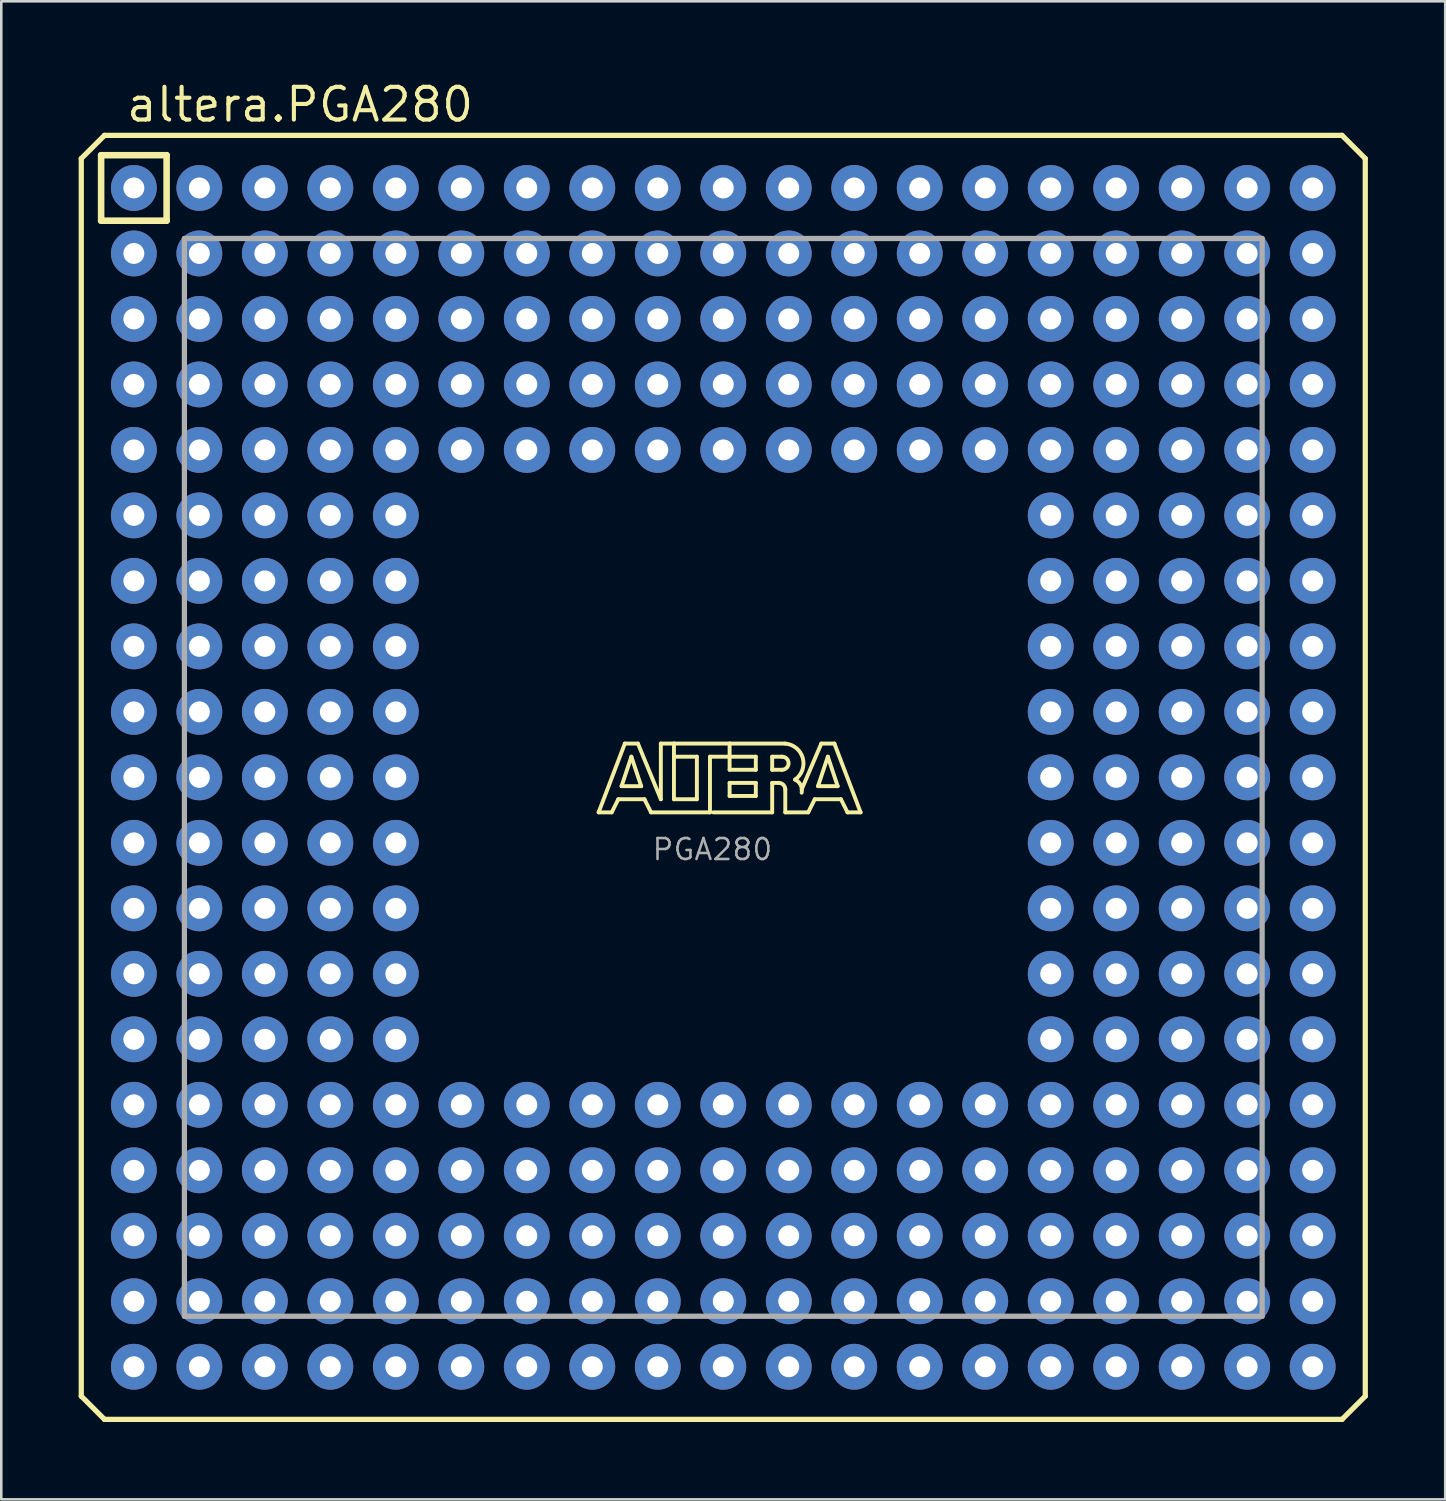
<source format=kicad_pcb>
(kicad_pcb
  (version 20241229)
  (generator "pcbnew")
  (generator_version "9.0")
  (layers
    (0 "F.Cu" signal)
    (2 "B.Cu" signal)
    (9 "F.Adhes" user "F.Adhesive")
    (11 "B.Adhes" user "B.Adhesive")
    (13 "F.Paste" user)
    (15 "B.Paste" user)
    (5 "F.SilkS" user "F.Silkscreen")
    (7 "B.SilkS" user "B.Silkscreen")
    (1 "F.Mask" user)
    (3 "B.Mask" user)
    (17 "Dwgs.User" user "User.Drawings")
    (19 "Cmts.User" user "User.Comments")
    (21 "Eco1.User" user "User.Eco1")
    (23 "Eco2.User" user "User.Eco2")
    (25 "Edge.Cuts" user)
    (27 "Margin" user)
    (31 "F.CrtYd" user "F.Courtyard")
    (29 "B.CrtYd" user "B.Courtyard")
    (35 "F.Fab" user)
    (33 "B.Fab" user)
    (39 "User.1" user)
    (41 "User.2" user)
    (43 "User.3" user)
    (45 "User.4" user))
  (footprint "altera.PGA280"
    (layer "F.Cu")
    (at 25.002 27.1)
    (property "Reference" "altera.PGA280" (at -23.23 -25.35 0) (layer "F.SilkS") (effects (font (size 1.27 1.27) (thickness 0.16)) (justify left bottom)))
    (attr through_hole)
    (fp_line (start -24.9 -24) (end -24 -24.9) (stroke (width 0.203) (type default)) (layer "F.SilkS"))
    (fp_line (start -24.9 24) (end -24.9 -24) (stroke (width 0.203) (type default)) (layer "F.SilkS"))
    (fp_line (start -24.13 -24.13) (end -24.13 -21.59) (stroke (width 0.254) (type default)) (layer "F.SilkS"))
    (fp_line (start -24.13 -21.59) (end -21.59 -21.59) (stroke (width 0.254) (type default)) (layer "F.SilkS"))
    (fp_line (start -24 -24.9) (end 24 -24.9) (stroke (width 0.203) (type default)) (layer "F.SilkS"))
    (fp_line (start -24 24.9) (end -24.9 24) (stroke (width 0.203) (type default)) (layer "F.SilkS"))
    (fp_line (start -21.59 -24.13) (end -24.13 -24.13) (stroke (width 0.254) (type default)) (layer "F.SilkS"))
    (fp_line (start -21.59 -21.59) (end -21.59 -24.13) (stroke (width 0.254) (type default)) (layer "F.SilkS"))
    (fp_line (start -4.834 1.357) (end -3.818 -1.31) (stroke (width 0.152) (type default)) (layer "F.SilkS"))
    (fp_line (start -4.326 1.357) (end -4.834 1.357) (stroke (width 0.152) (type default)) (layer "F.SilkS"))
    (fp_line (start -4.072 0.849) (end -4.326 1.357) (stroke (width 0.152) (type default)) (layer "F.SilkS"))
    (fp_line (start -3.945 0.341) (end -3.183 0.341) (stroke (width 0.152) (type default)) (layer "F.SilkS"))
    (fp_line (start -3.818 -1.31) (end -3.31 -1.31) (stroke (width 0.152) (type default)) (layer "F.SilkS"))
    (fp_line (start -3.564 -0.802) (end -3.945 0.341) (stroke (width 0.152) (type default)) (layer "F.SilkS"))
    (fp_line (start -3.31 -1.31) (end -2.421 0.849) (stroke (width 0.152) (type default)) (layer "F.SilkS"))
    (fp_line (start -3.183 0.341) (end -3.564 -0.802) (stroke (width 0.152) (type default)) (layer "F.SilkS"))
    (fp_line (start -3.056 0.849) (end -4.072 0.849) (stroke (width 0.152) (type default)) (layer "F.SilkS"))
    (fp_line (start -2.802 1.357) (end -3.056 0.849) (stroke (width 0.152) (type default)) (layer "F.SilkS"))
    (fp_line (start -2.421 -1.31) (end -1.913 -1.31) (stroke (width 0.152) (type default)) (layer "F.SilkS"))
    (fp_line (start -2.421 0.849) (end -2.421 -1.31) (stroke (width 0.152) (type default)) (layer "F.SilkS"))
    (fp_line (start -1.913 -1.31) (end -1.913 -0.802) (stroke (width 0.152) (type default)) (layer "F.SilkS"))
    (fp_line (start -1.913 -1.31) (end 0.246 -1.31) (stroke (width 0.152) (type default)) (layer "F.SilkS"))
    (fp_line (start -1.913 -0.802) (end -1.913 0.849) (stroke (width 0.152) (type default)) (layer "F.SilkS"))
    (fp_line (start -1.913 0.849) (end -1.024 0.849) (stroke (width 0.152) (type default)) (layer "F.SilkS"))
    (fp_line (start -1.024 -0.802) (end -1.913 -0.802) (stroke (width 0.152) (type default)) (layer "F.SilkS"))
    (fp_line (start -1.024 0.849) (end -1.024 -0.802) (stroke (width 0.152) (type default)) (layer "F.SilkS"))
    (fp_line (start -0.516 -0.802) (end -0.516 1.357) (stroke (width 0.152) (type default)) (layer "F.SilkS"))
    (fp_line (start -0.516 1.357) (end -2.802 1.357) (stroke (width 0.152) (type default)) (layer "F.SilkS"))
    (fp_line (start 0.246 -1.31) (end 0.246 -0.802) (stroke (width 0.152) (type default)) (layer "F.SilkS"))
    (fp_line (start 0.246 -1.31) (end 2.405 -1.31) (stroke (width 0.152) (type default)) (layer "F.SilkS"))
    (fp_line (start 0.246 -0.802) (end -0.516 -0.802) (stroke (width 0.152) (type default)) (layer "F.SilkS"))
    (fp_line (start 0.246 -0.802) (end 0.246 -0.294) (stroke (width 0.152) (type default)) (layer "F.SilkS"))
    (fp_line (start 0.246 -0.294) (end 1.262 -0.294) (stroke (width 0.152) (type default)) (layer "F.SilkS"))
    (fp_line (start 0.246 0.214) (end 1.262 0.214) (stroke (width 0.152) (type default)) (layer "F.SilkS"))
    (fp_line (start 0.246 0.722) (end 0.246 0.214) (stroke (width 0.152) (type default)) (layer "F.SilkS"))
    (fp_line (start 1.262 -0.802) (end 0.246 -0.802) (stroke (width 0.152) (type default)) (layer "F.SilkS"))
    (fp_line (start 1.262 -0.294) (end 1.262 -0.802) (stroke (width 0.152) (type default)) (layer "F.SilkS"))
    (fp_line (start 1.262 0.214) (end 1.262 0.722) (stroke (width 0.152) (type default)) (layer "F.SilkS"))
    (fp_line (start 1.262 0.722) (end 0.246 0.722) (stroke (width 0.152) (type default)) (layer "F.SilkS"))
    (fp_line (start 1.897 -0.802) (end 1.897 -0.294) (stroke (width 0.152) (type default)) (layer "F.SilkS"))
    (fp_line (start 1.897 -0.294) (end 2.278 -0.294) (stroke (width 0.152) (type default)) (layer "F.SilkS"))
    (fp_line (start 1.897 0.214) (end 1.897 1.357) (stroke (width 0.152) (type default)) (layer "F.SilkS"))
    (fp_line (start 1.897 0.214) (end 2.151 0.214) (stroke (width 0.152) (type default)) (layer "F.SilkS"))
    (fp_line (start 1.897 1.357) (end -0.389 1.357) (stroke (width 0.152) (type default)) (layer "F.SilkS"))
    (fp_line (start 2.278 -0.802) (end 1.897 -0.802) (stroke (width 0.152) (type default)) (layer "F.SilkS"))
    (fp_line (start 2.405 0.468) (end 2.405 1.357) (stroke (width 0.152) (type default)) (layer "F.SilkS"))
    (fp_line (start 2.405 1.357) (end 3.294 1.357) (stroke (width 0.152) (type default)) (layer "F.SilkS"))
    (fp_line (start 3.294 1.357) (end 3.548 0.849) (stroke (width 0.152) (type default)) (layer "F.SilkS"))
    (fp_line (start 3.548 0.849) (end 4.564 0.849) (stroke (width 0.152) (type default)) (layer "F.SilkS"))
    (fp_line (start 3.675 0.341) (end 4.056 -0.802) (stroke (width 0.152) (type default)) (layer "F.SilkS"))
    (fp_line (start 3.802 -1.31) (end 3.04 0.468) (stroke (width 0.152) (type default)) (layer "F.SilkS"))
    (fp_line (start 4.056 -0.802) (end 4.437 0.341) (stroke (width 0.152) (type default)) (layer "F.SilkS"))
    (fp_line (start 4.31 -1.31) (end 3.802 -1.31) (stroke (width 0.152) (type default)) (layer "F.SilkS"))
    (fp_line (start 4.437 0.341) (end 3.675 0.341) (stroke (width 0.152) (type default)) (layer "F.SilkS"))
    (fp_line (start 4.564 0.849) (end 4.818 1.357) (stroke (width 0.152) (type default)) (layer "F.SilkS"))
    (fp_line (start 4.818 1.357) (end 5.326 1.357) (stroke (width 0.152) (type default)) (layer "F.SilkS"))
    (fp_line (start 5.326 1.357) (end 4.31 -1.31) (stroke (width 0.152) (type default)) (layer "F.SilkS"))
    (fp_line (start 24 -24.9) (end 24.9 -24) (stroke (width 0.203) (type default)) (layer "F.SilkS"))
    (fp_line (start 24 24.9) (end -24 24.9) (stroke (width 0.203) (type default)) (layer "F.SilkS"))
    (fp_line (start 24.9 -24) (end 24.9 24) (stroke (width 0.203) (type default)) (layer "F.SilkS"))
    (fp_line (start 24.9 24) (end 24 24.9) (stroke (width 0.203) (type default)) (layer "F.SilkS"))
    (fp_arc (start 2.151 0.214) (mid 2.330605 0.288395) (end 2.405 0.468) (stroke (width 0.1524) (type default)) (layer "F.SilkS"))
    (fp_arc (start 2.278 -0.802) (mid 2.532 -0.548) (end 2.278 -0.294) (stroke (width 0.1524) (type default)) (layer "F.SilkS"))
    (fp_arc (start 2.405 -1.31) (mid 3.084953 -0.74477) (end 2.7861 0.0874) (stroke (width 0.1524) (type default)) (layer "F.SilkS"))
    (fp_arc (start 2.7861 0.0871) (mid 3.002081 0.296587) (end 3.0398 0.5951) (stroke (width 0.1524) (type default)) (layer "F.SilkS"))
    (fp_line (start -20.9 -20.9) (end 20.9 -20.9) (stroke (width 0.203) (type default)) (layer "F.Fab"))
    (fp_line (start -20.9 20.9) (end -20.9 -20.9) (stroke (width 0.203) (type default)) (layer "F.Fab"))
    (fp_line (start 20.9 -20.9) (end 20.9 20.9) (stroke (width 0.203) (type default)) (layer "F.Fab"))
    (fp_line (start 20.9 20.9) (end -20.9 20.9) (stroke (width 0.203) (type default)) (layer "F.Fab"))
    (fp_text user "PGA280" (at -2.81 3.27 0) (layer "F.Fab") (effects (font (size 0.813 0.813) (thickness 0.1)) (justify left bottom)))
    (pad "A1" thru_hole circle (at -22.86 -22.86) (size 1.778 1.778) (drill 0.813) (layers "*.Cu" "*.Mask"))
    (pad "A2" thru_hole circle (at -20.32 -22.86) (size 1.778 1.778) (drill 0.813) (layers "*.Cu" "*.Mask"))
    (pad "A3" thru_hole circle (at -17.78 -22.86) (size 1.778 1.778) (drill 0.813) (layers "*.Cu" "*.Mask"))
    (pad "A4" thru_hole circle (at -15.24 -22.86) (size 1.778 1.778) (drill 0.813) (layers "*.Cu" "*.Mask"))
    (pad "A5" thru_hole circle (at -12.7 -22.86) (size 1.778 1.778) (drill 0.813) (layers "*.Cu" "*.Mask"))
    (pad "A6" thru_hole circle (at -10.16 -22.86) (size 1.778 1.778) (drill 0.813) (layers "*.Cu" "*.Mask"))
    (pad "A7" thru_hole circle (at -7.62 -22.86) (size 1.778 1.778) (drill 0.813) (layers "*.Cu" "*.Mask"))
    (pad "A8" thru_hole circle (at -5.08 -22.86) (size 1.778 1.778) (drill 0.813) (layers "*.Cu" "*.Mask"))
    (pad "A9" thru_hole circle (at -2.54 -22.86) (size 1.778 1.778) (drill 0.813) (layers "*.Cu" "*.Mask"))
    (pad "A10" thru_hole circle (at 0 -22.86) (size 1.778 1.778) (drill 0.813) (layers "*.Cu" "*.Mask"))
    (pad "A11" thru_hole circle (at 2.54 -22.86) (size 1.778 1.778) (drill 0.813) (layers "*.Cu" "*.Mask"))
    (pad "A12" thru_hole circle (at 5.08 -22.86) (size 1.778 1.778) (drill 0.813) (layers "*.Cu" "*.Mask"))
    (pad "A13" thru_hole circle (at 7.62 -22.86) (size 1.778 1.778) (drill 0.813) (layers "*.Cu" "*.Mask"))
    (pad "A14" thru_hole circle (at 10.16 -22.86) (size 1.778 1.778) (drill 0.813) (layers "*.Cu" "*.Mask"))
    (pad "A15" thru_hole circle (at 12.7 -22.86) (size 1.778 1.778) (drill 0.813) (layers "*.Cu" "*.Mask"))
    (pad "A16" thru_hole circle (at 15.24 -22.86) (size 1.778 1.778) (drill 0.813) (layers "*.Cu" "*.Mask"))
    (pad "A17" thru_hole circle (at 17.78 -22.86) (size 1.778 1.778) (drill 0.813) (layers "*.Cu" "*.Mask"))
    (pad "A18" thru_hole circle (at 20.32 -22.86) (size 1.778 1.778) (drill 0.813) (layers "*.Cu" "*.Mask"))
    (pad "A19" thru_hole circle (at 22.86 -22.86) (size 1.778 1.778) (drill 0.813) (layers "*.Cu" "*.Mask"))
    (pad "B1" thru_hole circle (at -22.86 -20.32) (size 1.778 1.778) (drill 0.813) (layers "*.Cu" "*.Mask"))
    (pad "B2" thru_hole circle (at -20.32 -20.32) (size 1.778 1.778) (drill 0.813) (layers "*.Cu" "*.Mask"))
    (pad "B3" thru_hole circle (at -17.78 -20.32) (size 1.778 1.778) (drill 0.813) (layers "*.Cu" "*.Mask"))
    (pad "B4" thru_hole circle (at -15.24 -20.32) (size 1.778 1.778) (drill 0.813) (layers "*.Cu" "*.Mask"))
    (pad "B5" thru_hole circle (at -12.7 -20.32) (size 1.778 1.778) (drill 0.813) (layers "*.Cu" "*.Mask"))
    (pad "B6" thru_hole circle (at -10.16 -20.32) (size 1.778 1.778) (drill 0.813) (layers "*.Cu" "*.Mask"))
    (pad "B7" thru_hole circle (at -7.62 -20.32) (size 1.778 1.778) (drill 0.813) (layers "*.Cu" "*.Mask"))
    (pad "B8" thru_hole circle (at -5.08 -20.32) (size 1.778 1.778) (drill 0.813) (layers "*.Cu" "*.Mask"))
    (pad "B9" thru_hole circle (at -2.54 -20.32) (size 1.778 1.778) (drill 0.813) (layers "*.Cu" "*.Mask"))
    (pad "B10" thru_hole circle (at 0 -20.32) (size 1.778 1.778) (drill 0.813) (layers "*.Cu" "*.Mask"))
    (pad "B11" thru_hole circle (at 2.54 -20.32) (size 1.778 1.778) (drill 0.813) (layers "*.Cu" "*.Mask"))
    (pad "B12" thru_hole circle (at 5.08 -20.32) (size 1.778 1.778) (drill 0.813) (layers "*.Cu" "*.Mask"))
    (pad "B13" thru_hole circle (at 7.62 -20.32) (size 1.778 1.778) (drill 0.813) (layers "*.Cu" "*.Mask"))
    (pad "B14" thru_hole circle (at 10.16 -20.32) (size 1.778 1.778) (drill 0.813) (layers "*.Cu" "*.Mask"))
    (pad "B15" thru_hole circle (at 12.7 -20.32) (size 1.778 1.778) (drill 0.813) (layers "*.Cu" "*.Mask"))
    (pad "B16" thru_hole circle (at 15.24 -20.32) (size 1.778 1.778) (drill 0.813) (layers "*.Cu" "*.Mask"))
    (pad "B17" thru_hole circle (at 17.78 -20.32) (size 1.778 1.778) (drill 0.813) (layers "*.Cu" "*.Mask"))
    (pad "B18" thru_hole circle (at 20.32 -20.32) (size 1.778 1.778) (drill 0.813) (layers "*.Cu" "*.Mask"))
    (pad "B19" thru_hole circle (at 22.86 -20.32) (size 1.778 1.778) (drill 0.813) (layers "*.Cu" "*.Mask"))
    (pad "C1" thru_hole circle (at -22.86 -17.78) (size 1.778 1.778) (drill 0.813) (layers "*.Cu" "*.Mask"))
    (pad "C2" thru_hole circle (at -20.32 -17.78) (size 1.778 1.778) (drill 0.813) (layers "*.Cu" "*.Mask"))
    (pad "C3" thru_hole circle (at -17.78 -17.78) (size 1.778 1.778) (drill 0.813) (layers "*.Cu" "*.Mask"))
    (pad "C4" thru_hole circle (at -15.24 -17.78) (size 1.778 1.778) (drill 0.813) (layers "*.Cu" "*.Mask"))
    (pad "C5" thru_hole circle (at -12.7 -17.78) (size 1.778 1.778) (drill 0.813) (layers "*.Cu" "*.Mask"))
    (pad "C6" thru_hole circle (at -10.16 -17.78) (size 1.778 1.778) (drill 0.813) (layers "*.Cu" "*.Mask"))
    (pad "C7" thru_hole circle (at -7.62 -17.78) (size 1.778 1.778) (drill 0.813) (layers "*.Cu" "*.Mask"))
    (pad "C8" thru_hole circle (at -5.08 -17.78) (size 1.778 1.778) (drill 0.813) (layers "*.Cu" "*.Mask"))
    (pad "C9" thru_hole circle (at -2.54 -17.78) (size 1.778 1.778) (drill 0.813) (layers "*.Cu" "*.Mask"))
    (pad "C10" thru_hole circle (at 0 -17.78) (size 1.778 1.778) (drill 0.813) (layers "*.Cu" "*.Mask"))
    (pad "C11" thru_hole circle (at 2.54 -17.78) (size 1.778 1.778) (drill 0.813) (layers "*.Cu" "*.Mask"))
    (pad "C12" thru_hole circle (at 5.08 -17.78) (size 1.778 1.778) (drill 0.813) (layers "*.Cu" "*.Mask"))
    (pad "C13" thru_hole circle (at 7.62 -17.78) (size 1.778 1.778) (drill 0.813) (layers "*.Cu" "*.Mask"))
    (pad "C14" thru_hole circle (at 10.16 -17.78) (size 1.778 1.778) (drill 0.813) (layers "*.Cu" "*.Mask"))
    (pad "C15" thru_hole circle (at 12.7 -17.78) (size 1.778 1.778) (drill 0.813) (layers "*.Cu" "*.Mask"))
    (pad "C16" thru_hole circle (at 15.24 -17.78) (size 1.778 1.778) (drill 0.813) (layers "*.Cu" "*.Mask"))
    (pad "C17" thru_hole circle (at 17.78 -17.78) (size 1.778 1.778) (drill 0.813) (layers "*.Cu" "*.Mask"))
    (pad "C18" thru_hole circle (at 20.32 -17.78) (size 1.778 1.778) (drill 0.813) (layers "*.Cu" "*.Mask"))
    (pad "C19" thru_hole circle (at 22.86 -17.78) (size 1.778 1.778) (drill 0.813) (layers "*.Cu" "*.Mask"))
    (pad "D1" thru_hole circle (at -22.86 -15.24) (size 1.778 1.778) (drill 0.813) (layers "*.Cu" "*.Mask"))
    (pad "D2" thru_hole circle (at -20.32 -15.24) (size 1.778 1.778) (drill 0.813) (layers "*.Cu" "*.Mask"))
    (pad "D3" thru_hole circle (at -17.78 -15.24) (size 1.778 1.778) (drill 0.813) (layers "*.Cu" "*.Mask"))
    (pad "D4" thru_hole circle (at -15.24 -15.24) (size 1.778 1.778) (drill 0.813) (layers "*.Cu" "*.Mask"))
    (pad "D5" thru_hole circle (at -12.7 -15.24) (size 1.778 1.778) (drill 0.813) (layers "*.Cu" "*.Mask"))
    (pad "D6" thru_hole circle (at -10.16 -15.24) (size 1.778 1.778) (drill 0.813) (layers "*.Cu" "*.Mask"))
    (pad "D7" thru_hole circle (at -7.62 -15.24) (size 1.778 1.778) (drill 0.813) (layers "*.Cu" "*.Mask"))
    (pad "D8" thru_hole circle (at -5.08 -15.24) (size 1.778 1.778) (drill 0.813) (layers "*.Cu" "*.Mask"))
    (pad "D9" thru_hole circle (at -2.54 -15.24) (size 1.778 1.778) (drill 0.813) (layers "*.Cu" "*.Mask"))
    (pad "D10" thru_hole circle (at 0 -15.24) (size 1.778 1.778) (drill 0.813) (layers "*.Cu" "*.Mask"))
    (pad "D11" thru_hole circle (at 2.54 -15.24) (size 1.778 1.778) (drill 0.813) (layers "*.Cu" "*.Mask"))
    (pad "D12" thru_hole circle (at 5.08 -15.24) (size 1.778 1.778) (drill 0.813) (layers "*.Cu" "*.Mask"))
    (pad "D13" thru_hole circle (at 7.62 -15.24) (size 1.778 1.778) (drill 0.813) (layers "*.Cu" "*.Mask"))
    (pad "D14" thru_hole circle (at 10.16 -15.24) (size 1.778 1.778) (drill 0.813) (layers "*.Cu" "*.Mask"))
    (pad "D15" thru_hole circle (at 12.7 -15.24) (size 1.778 1.778) (drill 0.813) (layers "*.Cu" "*.Mask"))
    (pad "D16" thru_hole circle (at 15.24 -15.24) (size 1.778 1.778) (drill 0.813) (layers "*.Cu" "*.Mask"))
    (pad "D17" thru_hole circle (at 17.78 -15.24) (size 1.778 1.778) (drill 0.813) (layers "*.Cu" "*.Mask"))
    (pad "D18" thru_hole circle (at 20.32 -15.24) (size 1.778 1.778) (drill 0.813) (layers "*.Cu" "*.Mask"))
    (pad "D19" thru_hole circle (at 22.86 -15.24) (size 1.778 1.778) (drill 0.813) (layers "*.Cu" "*.Mask"))
    (pad "E1" thru_hole circle (at -22.86 -12.7) (size 1.778 1.778) (drill 0.813) (layers "*.Cu" "*.Mask"))
    (pad "E2" thru_hole circle (at -20.32 -12.7) (size 1.778 1.778) (drill 0.813) (layers "*.Cu" "*.Mask"))
    (pad "E3" thru_hole circle (at -17.78 -12.7) (size 1.778 1.778) (drill 0.813) (layers "*.Cu" "*.Mask"))
    (pad "E4" thru_hole circle (at -15.24 -12.7) (size 1.778 1.778) (drill 0.813) (layers "*.Cu" "*.Mask"))
    (pad "E5" thru_hole circle (at -12.7 -12.7) (size 1.778 1.778) (drill 0.813) (layers "*.Cu" "*.Mask"))
    (pad "E6" thru_hole circle (at -10.16 -12.7) (size 1.778 1.778) (drill 0.813) (layers "*.Cu" "*.Mask"))
    (pad "E7" thru_hole circle (at -7.62 -12.7) (size 1.778 1.778) (drill 0.813) (layers "*.Cu" "*.Mask"))
    (pad "E8" thru_hole circle (at -5.08 -12.7) (size 1.778 1.778) (drill 0.813) (layers "*.Cu" "*.Mask"))
    (pad "E9" thru_hole circle (at -2.54 -12.7) (size 1.778 1.778) (drill 0.813) (layers "*.Cu" "*.Mask"))
    (pad "E10" thru_hole circle (at 0 -12.7) (size 1.778 1.778) (drill 0.813) (layers "*.Cu" "*.Mask"))
    (pad "E11" thru_hole circle (at 2.54 -12.7) (size 1.778 1.778) (drill 0.813) (layers "*.Cu" "*.Mask"))
    (pad "E12" thru_hole circle (at 5.08 -12.7) (size 1.778 1.778) (drill 0.813) (layers "*.Cu" "*.Mask"))
    (pad "E13" thru_hole circle (at 7.62 -12.7) (size 1.778 1.778) (drill 0.813) (layers "*.Cu" "*.Mask"))
    (pad "E14" thru_hole circle (at 10.16 -12.7) (size 1.778 1.778) (drill 0.813) (layers "*.Cu" "*.Mask"))
    (pad "E15" thru_hole circle (at 12.7 -12.7) (size 1.778 1.778) (drill 0.813) (layers "*.Cu" "*.Mask"))
    (pad "E16" thru_hole circle (at 15.24 -12.7) (size 1.778 1.778) (drill 0.813) (layers "*.Cu" "*.Mask"))
    (pad "E17" thru_hole circle (at 17.78 -12.7) (size 1.778 1.778) (drill 0.813) (layers "*.Cu" "*.Mask"))
    (pad "E18" thru_hole circle (at 20.32 -12.7) (size 1.778 1.778) (drill 0.813) (layers "*.Cu" "*.Mask"))
    (pad "E19" thru_hole circle (at 22.86 -12.7) (size 1.778 1.778) (drill 0.813) (layers "*.Cu" "*.Mask"))
    (pad "F1" thru_hole circle (at -22.86 -10.16) (size 1.778 1.778) (drill 0.813) (layers "*.Cu" "*.Mask"))
    (pad "F2" thru_hole circle (at -20.32 -10.16) (size 1.778 1.778) (drill 0.813) (layers "*.Cu" "*.Mask"))
    (pad "F3" thru_hole circle (at -17.78 -10.16) (size 1.778 1.778) (drill 0.813) (layers "*.Cu" "*.Mask"))
    (pad "F4" thru_hole circle (at -15.24 -10.16) (size 1.778 1.778) (drill 0.813) (layers "*.Cu" "*.Mask"))
    (pad "F5" thru_hole circle (at -12.7 -10.16) (size 1.778 1.778) (drill 0.813) (layers "*.Cu" "*.Mask"))
    (pad "F15" thru_hole circle (at 12.7 -10.16) (size 1.778 1.778) (drill 0.813) (layers "*.Cu" "*.Mask"))
    (pad "F16" thru_hole circle (at 15.24 -10.16) (size 1.778 1.778) (drill 0.813) (layers "*.Cu" "*.Mask"))
    (pad "F17" thru_hole circle (at 17.78 -10.16) (size 1.778 1.778) (drill 0.813) (layers "*.Cu" "*.Mask"))
    (pad "F18" thru_hole circle (at 20.32 -10.16) (size 1.778 1.778) (drill 0.813) (layers "*.Cu" "*.Mask"))
    (pad "F19" thru_hole circle (at 22.86 -10.16) (size 1.778 1.778) (drill 0.813) (layers "*.Cu" "*.Mask"))
    (pad "G1" thru_hole circle (at -22.86 -7.62) (size 1.778 1.778) (drill 0.813) (layers "*.Cu" "*.Mask"))
    (pad "G2" thru_hole circle (at -20.32 -7.62) (size 1.778 1.778) (drill 0.813) (layers "*.Cu" "*.Mask"))
    (pad "G3" thru_hole circle (at -17.78 -7.62) (size 1.778 1.778) (drill 0.813) (layers "*.Cu" "*.Mask"))
    (pad "G4" thru_hole circle (at -15.24 -7.62) (size 1.778 1.778) (drill 0.813) (layers "*.Cu" "*.Mask"))
    (pad "G5" thru_hole circle (at -12.7 -7.62) (size 1.778 1.778) (drill 0.813) (layers "*.Cu" "*.Mask"))
    (pad "G15" thru_hole circle (at 12.7 -7.62) (size 1.778 1.778) (drill 0.813) (layers "*.Cu" "*.Mask"))
    (pad "G16" thru_hole circle (at 15.24 -7.62) (size 1.778 1.778) (drill 0.813) (layers "*.Cu" "*.Mask"))
    (pad "G17" thru_hole circle (at 17.78 -7.62) (size 1.778 1.778) (drill 0.813) (layers "*.Cu" "*.Mask"))
    (pad "G18" thru_hole circle (at 20.32 -7.62) (size 1.778 1.778) (drill 0.813) (layers "*.Cu" "*.Mask"))
    (pad "G19" thru_hole circle (at 22.86 -7.62) (size 1.778 1.778) (drill 0.813) (layers "*.Cu" "*.Mask"))
    (pad "H1" thru_hole circle (at -22.86 -5.08) (size 1.778 1.778) (drill 0.813) (layers "*.Cu" "*.Mask"))
    (pad "H2" thru_hole circle (at -20.32 -5.08) (size 1.778 1.778) (drill 0.813) (layers "*.Cu" "*.Mask"))
    (pad "H3" thru_hole circle (at -17.78 -5.08) (size 1.778 1.778) (drill 0.813) (layers "*.Cu" "*.Mask"))
    (pad "H4" thru_hole circle (at -15.24 -5.08) (size 1.778 1.778) (drill 0.813) (layers "*.Cu" "*.Mask"))
    (pad "H5" thru_hole circle (at -12.7 -5.08) (size 1.778 1.778) (drill 0.813) (layers "*.Cu" "*.Mask"))
    (pad "H15" thru_hole circle (at 12.7 -5.08) (size 1.778 1.778) (drill 0.813) (layers "*.Cu" "*.Mask"))
    (pad "H16" thru_hole circle (at 15.24 -5.08) (size 1.778 1.778) (drill 0.813) (layers "*.Cu" "*.Mask"))
    (pad "H17" thru_hole circle (at 17.78 -5.08) (size 1.778 1.778) (drill 0.813) (layers "*.Cu" "*.Mask"))
    (pad "H18" thru_hole circle (at 20.32 -5.08) (size 1.778 1.778) (drill 0.813) (layers "*.Cu" "*.Mask"))
    (pad "H19" thru_hole circle (at 22.86 -5.08) (size 1.778 1.778) (drill 0.813) (layers "*.Cu" "*.Mask"))
    (pad "J1" thru_hole circle (at -22.86 -2.54) (size 1.778 1.778) (drill 0.813) (layers "*.Cu" "*.Mask"))
    (pad "J2" thru_hole circle (at -20.32 -2.54) (size 1.778 1.778) (drill 0.813) (layers "*.Cu" "*.Mask"))
    (pad "J3" thru_hole circle (at -17.78 -2.54) (size 1.778 1.778) (drill 0.813) (layers "*.Cu" "*.Mask"))
    (pad "J4" thru_hole circle (at -15.24 -2.54) (size 1.778 1.778) (drill 0.813) (layers "*.Cu" "*.Mask"))
    (pad "J5" thru_hole circle (at -12.7 -2.54) (size 1.778 1.778) (drill 0.813) (layers "*.Cu" "*.Mask"))
    (pad "J15" thru_hole circle (at 12.7 -2.54) (size 1.778 1.778) (drill 0.813) (layers "*.Cu" "*.Mask"))
    (pad "J16" thru_hole circle (at 15.24 -2.54) (size 1.778 1.778) (drill 0.813) (layers "*.Cu" "*.Mask"))
    (pad "J17" thru_hole circle (at 17.78 -2.54) (size 1.778 1.778) (drill 0.813) (layers "*.Cu" "*.Mask"))
    (pad "J18" thru_hole circle (at 20.32 -2.54) (size 1.778 1.778) (drill 0.813) (layers "*.Cu" "*.Mask"))
    (pad "J19" thru_hole circle (at 22.86 -2.54) (size 1.778 1.778) (drill 0.813) (layers "*.Cu" "*.Mask"))
    (pad "K1" thru_hole circle (at -22.86 0) (size 1.778 1.778) (drill 0.813) (layers "*.Cu" "*.Mask"))
    (pad "K2" thru_hole circle (at -20.32 0) (size 1.778 1.778) (drill 0.813) (layers "*.Cu" "*.Mask"))
    (pad "K3" thru_hole circle (at -17.78 0) (size 1.778 1.778) (drill 0.813) (layers "*.Cu" "*.Mask"))
    (pad "K4" thru_hole circle (at -15.24 0) (size 1.778 1.778) (drill 0.813) (layers "*.Cu" "*.Mask"))
    (pad "K5" thru_hole circle (at -12.7 0) (size 1.778 1.778) (drill 0.813) (layers "*.Cu" "*.Mask"))
    (pad "K15" thru_hole circle (at 12.7 0) (size 1.778 1.778) (drill 0.813) (layers "*.Cu" "*.Mask"))
    (pad "K16" thru_hole circle (at 15.24 0) (size 1.778 1.778) (drill 0.813) (layers "*.Cu" "*.Mask"))
    (pad "K17" thru_hole circle (at 17.78 0) (size 1.778 1.778) (drill 0.813) (layers "*.Cu" "*.Mask"))
    (pad "K18" thru_hole circle (at 20.32 0) (size 1.778 1.778) (drill 0.813) (layers "*.Cu" "*.Mask"))
    (pad "K19" thru_hole circle (at 22.86 0) (size 1.778 1.778) (drill 0.813) (layers "*.Cu" "*.Mask"))
    (pad "L1" thru_hole circle (at -22.86 2.54) (size 1.778 1.778) (drill 0.813) (layers "*.Cu" "*.Mask"))
    (pad "L2" thru_hole circle (at -20.32 2.54) (size 1.778 1.778) (drill 0.813) (layers "*.Cu" "*.Mask"))
    (pad "L3" thru_hole circle (at -17.78 2.54) (size 1.778 1.778) (drill 0.813) (layers "*.Cu" "*.Mask"))
    (pad "L4" thru_hole circle (at -15.24 2.54) (size 1.778 1.778) (drill 0.813) (layers "*.Cu" "*.Mask"))
    (pad "L5" thru_hole circle (at -12.7 2.54) (size 1.778 1.778) (drill 0.813) (layers "*.Cu" "*.Mask"))
    (pad "L15" thru_hole circle (at 12.7 2.54) (size 1.778 1.778) (drill 0.813) (layers "*.Cu" "*.Mask"))
    (pad "L16" thru_hole circle (at 15.24 2.54) (size 1.778 1.778) (drill 0.813) (layers "*.Cu" "*.Mask"))
    (pad "L17" thru_hole circle (at 17.78 2.54) (size 1.778 1.778) (drill 0.813) (layers "*.Cu" "*.Mask"))
    (pad "L18" thru_hole circle (at 20.32 2.54) (size 1.778 1.778) (drill 0.813) (layers "*.Cu" "*.Mask"))
    (pad "L19" thru_hole circle (at 22.86 2.54) (size 1.778 1.778) (drill 0.813) (layers "*.Cu" "*.Mask"))
    (pad "M1" thru_hole circle (at -22.86 5.08) (size 1.778 1.778) (drill 0.813) (layers "*.Cu" "*.Mask"))
    (pad "M2" thru_hole circle (at -20.32 5.08) (size 1.778 1.778) (drill 0.813) (layers "*.Cu" "*.Mask"))
    (pad "M3" thru_hole circle (at -17.78 5.08) (size 1.778 1.778) (drill 0.813) (layers "*.Cu" "*.Mask"))
    (pad "M4" thru_hole circle (at -15.24 5.08) (size 1.778 1.778) (drill 0.813) (layers "*.Cu" "*.Mask"))
    (pad "M5" thru_hole circle (at -12.7 5.08) (size 1.778 1.778) (drill 0.813) (layers "*.Cu" "*.Mask"))
    (pad "M15" thru_hole circle (at 12.7 5.08) (size 1.778 1.778) (drill 0.813) (layers "*.Cu" "*.Mask"))
    (pad "M16" thru_hole circle (at 15.24 5.08) (size 1.778 1.778) (drill 0.813) (layers "*.Cu" "*.Mask"))
    (pad "M17" thru_hole circle (at 17.78 5.08) (size 1.778 1.778) (drill 0.813) (layers "*.Cu" "*.Mask"))
    (pad "M18" thru_hole circle (at 20.32 5.08) (size 1.778 1.778) (drill 0.813) (layers "*.Cu" "*.Mask"))
    (pad "M19" thru_hole circle (at 22.86 5.08) (size 1.778 1.778) (drill 0.813) (layers "*.Cu" "*.Mask"))
    (pad "N1" thru_hole circle (at -22.86 7.62) (size 1.778 1.778) (drill 0.813) (layers "*.Cu" "*.Mask"))
    (pad "N2" thru_hole circle (at -20.32 7.62) (size 1.778 1.778) (drill 0.813) (layers "*.Cu" "*.Mask"))
    (pad "N3" thru_hole circle (at -17.78 7.62) (size 1.778 1.778) (drill 0.813) (layers "*.Cu" "*.Mask"))
    (pad "N4" thru_hole circle (at -15.24 7.62) (size 1.778 1.778) (drill 0.813) (layers "*.Cu" "*.Mask"))
    (pad "N5" thru_hole circle (at -12.7 7.62) (size 1.778 1.778) (drill 0.813) (layers "*.Cu" "*.Mask"))
    (pad "N15" thru_hole circle (at 12.7 7.62) (size 1.778 1.778) (drill 0.813) (layers "*.Cu" "*.Mask"))
    (pad "N16" thru_hole circle (at 15.24 7.62) (size 1.778 1.778) (drill 0.813) (layers "*.Cu" "*.Mask"))
    (pad "N17" thru_hole circle (at 17.78 7.62) (size 1.778 1.778) (drill 0.813) (layers "*.Cu" "*.Mask"))
    (pad "N18" thru_hole circle (at 20.32 7.62) (size 1.778 1.778) (drill 0.813) (layers "*.Cu" "*.Mask"))
    (pad "N19" thru_hole circle (at 22.86 7.62) (size 1.778 1.778) (drill 0.813) (layers "*.Cu" "*.Mask"))
    (pad "P1" thru_hole circle (at -22.86 10.16) (size 1.778 1.778) (drill 0.813) (layers "*.Cu" "*.Mask"))
    (pad "P2" thru_hole circle (at -20.32 10.16) (size 1.778 1.778) (drill 0.813) (layers "*.Cu" "*.Mask"))
    (pad "P3" thru_hole circle (at -17.78 10.16) (size 1.778 1.778) (drill 0.813) (layers "*.Cu" "*.Mask"))
    (pad "P4" thru_hole circle (at -15.24 10.16) (size 1.778 1.778) (drill 0.813) (layers "*.Cu" "*.Mask"))
    (pad "P5" thru_hole circle (at -12.7 10.16) (size 1.778 1.778) (drill 0.813) (layers "*.Cu" "*.Mask"))
    (pad "P15" thru_hole circle (at 12.7 10.16) (size 1.778 1.778) (drill 0.813) (layers "*.Cu" "*.Mask"))
    (pad "P16" thru_hole circle (at 15.24 10.16) (size 1.778 1.778) (drill 0.813) (layers "*.Cu" "*.Mask"))
    (pad "P17" thru_hole circle (at 17.78 10.16) (size 1.778 1.778) (drill 0.813) (layers "*.Cu" "*.Mask"))
    (pad "P18" thru_hole circle (at 20.32 10.16) (size 1.778 1.778) (drill 0.813) (layers "*.Cu" "*.Mask"))
    (pad "P19" thru_hole circle (at 22.86 10.16) (size 1.778 1.778) (drill 0.813) (layers "*.Cu" "*.Mask"))
    (pad "R1" thru_hole circle (at -22.86 12.7) (size 1.778 1.778) (drill 0.813) (layers "*.Cu" "*.Mask"))
    (pad "R2" thru_hole circle (at -20.32 12.7) (size 1.778 1.778) (drill 0.813) (layers "*.Cu" "*.Mask"))
    (pad "R3" thru_hole circle (at -17.78 12.7) (size 1.778 1.778) (drill 0.813) (layers "*.Cu" "*.Mask"))
    (pad "R4" thru_hole circle (at -15.24 12.7) (size 1.778 1.778) (drill 0.813) (layers "*.Cu" "*.Mask"))
    (pad "R5" thru_hole circle (at -12.7 12.7) (size 1.778 1.778) (drill 0.813) (layers "*.Cu" "*.Mask"))
    (pad "R6" thru_hole circle (at -10.16 12.7) (size 1.778 1.778) (drill 0.813) (layers "*.Cu" "*.Mask"))
    (pad "R7" thru_hole circle (at -7.62 12.7) (size 1.778 1.778) (drill 0.813) (layers "*.Cu" "*.Mask"))
    (pad "R8" thru_hole circle (at -5.08 12.7) (size 1.778 1.778) (drill 0.813) (layers "*.Cu" "*.Mask"))
    (pad "R9" thru_hole circle (at -2.54 12.7) (size 1.778 1.778) (drill 0.813) (layers "*.Cu" "*.Mask"))
    (pad "R10" thru_hole circle (at 0 12.7) (size 1.778 1.778) (drill 0.813) (layers "*.Cu" "*.Mask"))
    (pad "R11" thru_hole circle (at 2.54 12.7) (size 1.778 1.778) (drill 0.813) (layers "*.Cu" "*.Mask"))
    (pad "R12" thru_hole circle (at 5.08 12.7) (size 1.778 1.778) (drill 0.813) (layers "*.Cu" "*.Mask"))
    (pad "R13" thru_hole circle (at 7.62 12.7) (size 1.778 1.778) (drill 0.813) (layers "*.Cu" "*.Mask"))
    (pad "R14" thru_hole circle (at 10.16 12.7) (size 1.778 1.778) (drill 0.813) (layers "*.Cu" "*.Mask"))
    (pad "R15" thru_hole circle (at 12.7 12.7) (size 1.778 1.778) (drill 0.813) (layers "*.Cu" "*.Mask"))
    (pad "R16" thru_hole circle (at 15.24 12.7) (size 1.778 1.778) (drill 0.813) (layers "*.Cu" "*.Mask"))
    (pad "R17" thru_hole circle (at 17.78 12.7) (size 1.778 1.778) (drill 0.813) (layers "*.Cu" "*.Mask"))
    (pad "R18" thru_hole circle (at 20.32 12.7) (size 1.778 1.778) (drill 0.813) (layers "*.Cu" "*.Mask"))
    (pad "R19" thru_hole circle (at 22.86 12.7) (size 1.778 1.778) (drill 0.813) (layers "*.Cu" "*.Mask"))
    (pad "T1" thru_hole circle (at -22.86 15.24) (size 1.778 1.778) (drill 0.813) (layers "*.Cu" "*.Mask"))
    (pad "T2" thru_hole circle (at -20.32 15.24) (size 1.778 1.778) (drill 0.813) (layers "*.Cu" "*.Mask"))
    (pad "T3" thru_hole circle (at -17.78 15.24) (size 1.778 1.778) (drill 0.813) (layers "*.Cu" "*.Mask"))
    (pad "T4" thru_hole circle (at -15.24 15.24) (size 1.778 1.778) (drill 0.813) (layers "*.Cu" "*.Mask"))
    (pad "T5" thru_hole circle (at -12.7 15.24) (size 1.778 1.778) (drill 0.813) (layers "*.Cu" "*.Mask"))
    (pad "T6" thru_hole circle (at -10.16 15.24) (size 1.778 1.778) (drill 0.813) (layers "*.Cu" "*.Mask"))
    (pad "T7" thru_hole circle (at -7.62 15.24) (size 1.778 1.778) (drill 0.813) (layers "*.Cu" "*.Mask"))
    (pad "T8" thru_hole circle (at -5.08 15.24) (size 1.778 1.778) (drill 0.813) (layers "*.Cu" "*.Mask"))
    (pad "T9" thru_hole circle (at -2.54 15.24) (size 1.778 1.778) (drill 0.813) (layers "*.Cu" "*.Mask"))
    (pad "T10" thru_hole circle (at 0 15.24) (size 1.778 1.778) (drill 0.813) (layers "*.Cu" "*.Mask"))
    (pad "T11" thru_hole circle (at 2.54 15.24) (size 1.778 1.778) (drill 0.813) (layers "*.Cu" "*.Mask"))
    (pad "T12" thru_hole circle (at 5.08 15.24) (size 1.778 1.778) (drill 0.813) (layers "*.Cu" "*.Mask"))
    (pad "T13" thru_hole circle (at 7.62 15.24) (size 1.778 1.778) (drill 0.813) (layers "*.Cu" "*.Mask"))
    (pad "T14" thru_hole circle (at 10.16 15.24) (size 1.778 1.778) (drill 0.813) (layers "*.Cu" "*.Mask"))
    (pad "T15" thru_hole circle (at 12.7 15.24) (size 1.778 1.778) (drill 0.813) (layers "*.Cu" "*.Mask"))
    (pad "T16" thru_hole circle (at 15.24 15.24) (size 1.778 1.778) (drill 0.813) (layers "*.Cu" "*.Mask"))
    (pad "T17" thru_hole circle (at 17.78 15.24) (size 1.778 1.778) (drill 0.813) (layers "*.Cu" "*.Mask"))
    (pad "T18" thru_hole circle (at 20.32 15.24) (size 1.778 1.778) (drill 0.813) (layers "*.Cu" "*.Mask"))
    (pad "T19" thru_hole circle (at 22.86 15.24) (size 1.778 1.778) (drill 0.813) (layers "*.Cu" "*.Mask"))
    (pad "U1" thru_hole circle (at -22.86 17.78) (size 1.778 1.778) (drill 0.813) (layers "*.Cu" "*.Mask"))
    (pad "U2" thru_hole circle (at -20.32 17.78) (size 1.778 1.778) (drill 0.813) (layers "*.Cu" "*.Mask"))
    (pad "U3" thru_hole circle (at -17.78 17.78) (size 1.778 1.778) (drill 0.813) (layers "*.Cu" "*.Mask"))
    (pad "U4" thru_hole circle (at -15.24 17.78) (size 1.778 1.778) (drill 0.813) (layers "*.Cu" "*.Mask"))
    (pad "U5" thru_hole circle (at -12.7 17.78) (size 1.778 1.778) (drill 0.813) (layers "*.Cu" "*.Mask"))
    (pad "U6" thru_hole circle (at -10.16 17.78) (size 1.778 1.778) (drill 0.813) (layers "*.Cu" "*.Mask"))
    (pad "U7" thru_hole circle (at -7.62 17.78) (size 1.778 1.778) (drill 0.813) (layers "*.Cu" "*.Mask"))
    (pad "U8" thru_hole circle (at -5.08 17.78) (size 1.778 1.778) (drill 0.813) (layers "*.Cu" "*.Mask"))
    (pad "U9" thru_hole circle (at -2.54 17.78) (size 1.778 1.778) (drill 0.813) (layers "*.Cu" "*.Mask"))
    (pad "U10" thru_hole circle (at 0 17.78) (size 1.778 1.778) (drill 0.813) (layers "*.Cu" "*.Mask"))
    (pad "U11" thru_hole circle (at 2.54 17.78) (size 1.778 1.778) (drill 0.813) (layers "*.Cu" "*.Mask"))
    (pad "U12" thru_hole circle (at 5.08 17.78) (size 1.778 1.778) (drill 0.813) (layers "*.Cu" "*.Mask"))
    (pad "U13" thru_hole circle (at 7.62 17.78) (size 1.778 1.778) (drill 0.813) (layers "*.Cu" "*.Mask"))
    (pad "U14" thru_hole circle (at 10.16 17.78) (size 1.778 1.778) (drill 0.813) (layers "*.Cu" "*.Mask"))
    (pad "U15" thru_hole circle (at 12.7 17.78) (size 1.778 1.778) (drill 0.813) (layers "*.Cu" "*.Mask"))
    (pad "U16" thru_hole circle (at 15.24 17.78) (size 1.778 1.778) (drill 0.813) (layers "*.Cu" "*.Mask"))
    (pad "U17" thru_hole circle (at 17.78 17.78) (size 1.778 1.778) (drill 0.813) (layers "*.Cu" "*.Mask"))
    (pad "U18" thru_hole circle (at 20.32 17.78) (size 1.778 1.778) (drill 0.813) (layers "*.Cu" "*.Mask"))
    (pad "U19" thru_hole circle (at 22.86 17.78) (size 1.778 1.778) (drill 0.813) (layers "*.Cu" "*.Mask"))
    (pad "V1" thru_hole circle (at -22.86 20.32) (size 1.778 1.778) (drill 0.813) (layers "*.Cu" "*.Mask"))
    (pad "V2" thru_hole circle (at -20.32 20.32) (size 1.778 1.778) (drill 0.813) (layers "*.Cu" "*.Mask"))
    (pad "V3" thru_hole circle (at -17.78 20.32) (size 1.778 1.778) (drill 0.813) (layers "*.Cu" "*.Mask"))
    (pad "V4" thru_hole circle (at -15.24 20.32) (size 1.778 1.778) (drill 0.813) (layers "*.Cu" "*.Mask"))
    (pad "V5" thru_hole circle (at -12.7 20.32) (size 1.778 1.778) (drill 0.813) (layers "*.Cu" "*.Mask"))
    (pad "V6" thru_hole circle (at -10.16 20.32) (size 1.778 1.778) (drill 0.813) (layers "*.Cu" "*.Mask"))
    (pad "V7" thru_hole circle (at -7.62 20.32) (size 1.778 1.778) (drill 0.813) (layers "*.Cu" "*.Mask"))
    (pad "V8" thru_hole circle (at -5.08 20.32) (size 1.778 1.778) (drill 0.813) (layers "*.Cu" "*.Mask"))
    (pad "V9" thru_hole circle (at -2.54 20.32) (size 1.778 1.778) (drill 0.813) (layers "*.Cu" "*.Mask"))
    (pad "V10" thru_hole circle (at 0 20.32) (size 1.778 1.778) (drill 0.813) (layers "*.Cu" "*.Mask"))
    (pad "V11" thru_hole circle (at 2.54 20.32) (size 1.778 1.778) (drill 0.813) (layers "*.Cu" "*.Mask"))
    (pad "V12" thru_hole circle (at 5.08 20.32) (size 1.778 1.778) (drill 0.813) (layers "*.Cu" "*.Mask"))
    (pad "V13" thru_hole circle (at 7.62 20.32) (size 1.778 1.778) (drill 0.813) (layers "*.Cu" "*.Mask"))
    (pad "V14" thru_hole circle (at 10.16 20.32) (size 1.778 1.778) (drill 0.813) (layers "*.Cu" "*.Mask"))
    (pad "V15" thru_hole circle (at 12.7 20.32) (size 1.778 1.778) (drill 0.813) (layers "*.Cu" "*.Mask"))
    (pad "V16" thru_hole circle (at 15.24 20.32) (size 1.778 1.778) (drill 0.813) (layers "*.Cu" "*.Mask"))
    (pad "V17" thru_hole circle (at 17.78 20.32) (size 1.778 1.778) (drill 0.813) (layers "*.Cu" "*.Mask"))
    (pad "V18" thru_hole circle (at 20.32 20.32) (size 1.778 1.778) (drill 0.813) (layers "*.Cu" "*.Mask"))
    (pad "V19" thru_hole circle (at 22.86 20.32) (size 1.778 1.778) (drill 0.813) (layers "*.Cu" "*.Mask"))
    (pad "W1" thru_hole circle (at -22.86 22.86) (size 1.778 1.778) (drill 0.813) (layers "*.Cu" "*.Mask"))
    (pad "W2" thru_hole circle (at -20.32 22.86) (size 1.778 1.778) (drill 0.813) (layers "*.Cu" "*.Mask"))
    (pad "W3" thru_hole circle (at -17.78 22.86) (size 1.778 1.778) (drill 0.813) (layers "*.Cu" "*.Mask"))
    (pad "W4" thru_hole circle (at -15.24 22.86) (size 1.778 1.778) (drill 0.813) (layers "*.Cu" "*.Mask"))
    (pad "W5" thru_hole circle (at -12.7 22.86) (size 1.778 1.778) (drill 0.813) (layers "*.Cu" "*.Mask"))
    (pad "W6" thru_hole circle (at -10.16 22.86) (size 1.778 1.778) (drill 0.813) (layers "*.Cu" "*.Mask"))
    (pad "W7" thru_hole circle (at -7.62 22.86) (size 1.778 1.778) (drill 0.813) (layers "*.Cu" "*.Mask"))
    (pad "W8" thru_hole circle (at -5.08 22.86) (size 1.778 1.778) (drill 0.813) (layers "*.Cu" "*.Mask"))
    (pad "W9" thru_hole circle (at -2.54 22.86) (size 1.778 1.778) (drill 0.813) (layers "*.Cu" "*.Mask"))
    (pad "W10" thru_hole circle (at 0 22.86) (size 1.778 1.778) (drill 0.813) (layers "*.Cu" "*.Mask"))
    (pad "W11" thru_hole circle (at 2.54 22.86) (size 1.778 1.778) (drill 0.813) (layers "*.Cu" "*.Mask"))
    (pad "W12" thru_hole circle (at 5.08 22.86) (size 1.778 1.778) (drill 0.813) (layers "*.Cu" "*.Mask"))
    (pad "W13" thru_hole circle (at 7.62 22.86) (size 1.778 1.778) (drill 0.813) (layers "*.Cu" "*.Mask"))
    (pad "W14" thru_hole circle (at 10.16 22.86) (size 1.778 1.778) (drill 0.813) (layers "*.Cu" "*.Mask"))
    (pad "W15" thru_hole circle (at 12.7 22.86) (size 1.778 1.778) (drill 0.813) (layers "*.Cu" "*.Mask"))
    (pad "W16" thru_hole circle (at 15.24 22.86) (size 1.778 1.778) (drill 0.813) (layers "*.Cu" "*.Mask"))
    (pad "W17" thru_hole circle (at 17.78 22.86) (size 1.778 1.778) (drill 0.813) (layers "*.Cu" "*.Mask"))
    (pad "W18" thru_hole circle (at 20.32 22.86) (size 1.778 1.778) (drill 0.813) (layers "*.Cu" "*.Mask"))
    (pad "W19" thru_hole circle (at 22.86 22.86) (size 1.778 1.778) (drill 0.813) (layers "*.Cu" "*.Mask")))
  (gr_rect
    (start -3 -3)
    (end 53.003 55.102)
    (stroke (width 0.1) (type default))
    (fill no)
    (layer "Edge.Cuts")))
</source>
